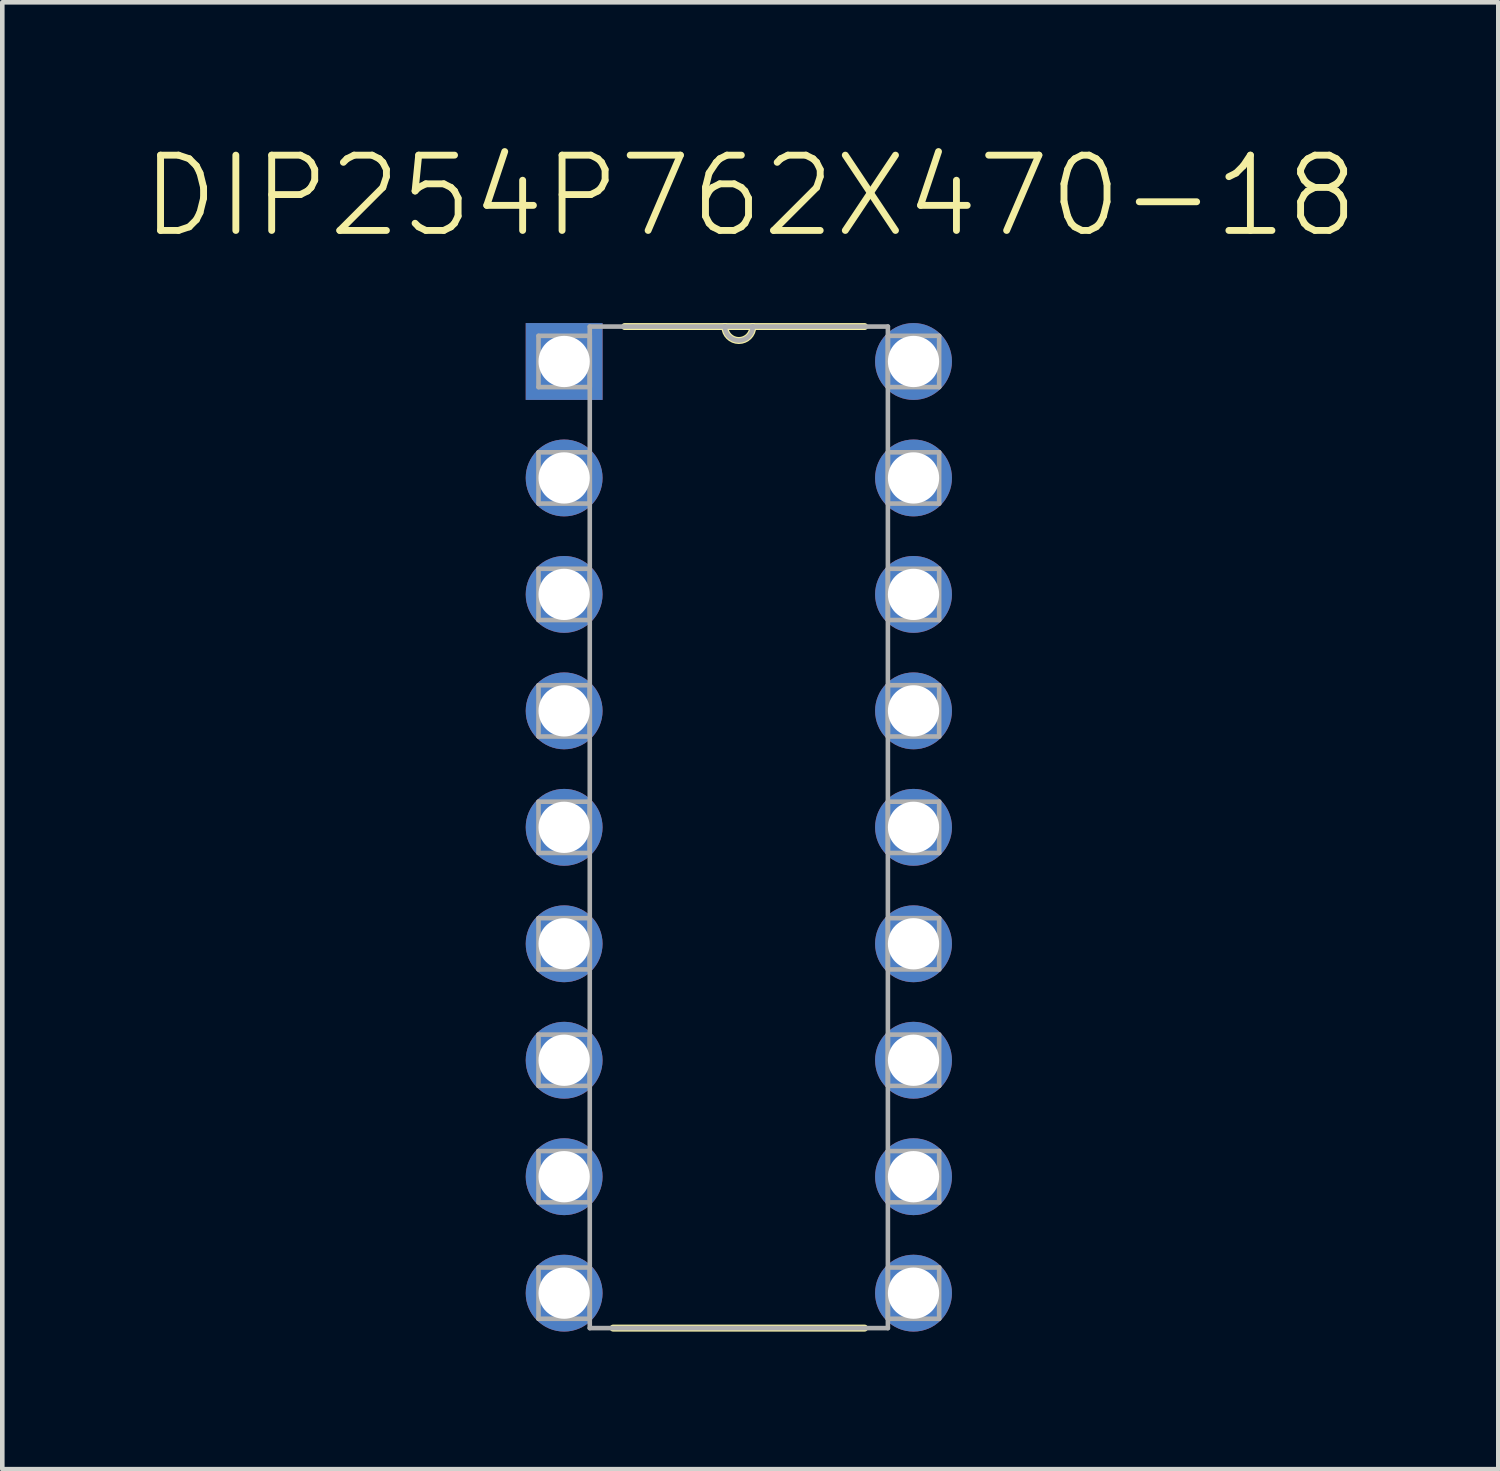
<source format=kicad_pcb>
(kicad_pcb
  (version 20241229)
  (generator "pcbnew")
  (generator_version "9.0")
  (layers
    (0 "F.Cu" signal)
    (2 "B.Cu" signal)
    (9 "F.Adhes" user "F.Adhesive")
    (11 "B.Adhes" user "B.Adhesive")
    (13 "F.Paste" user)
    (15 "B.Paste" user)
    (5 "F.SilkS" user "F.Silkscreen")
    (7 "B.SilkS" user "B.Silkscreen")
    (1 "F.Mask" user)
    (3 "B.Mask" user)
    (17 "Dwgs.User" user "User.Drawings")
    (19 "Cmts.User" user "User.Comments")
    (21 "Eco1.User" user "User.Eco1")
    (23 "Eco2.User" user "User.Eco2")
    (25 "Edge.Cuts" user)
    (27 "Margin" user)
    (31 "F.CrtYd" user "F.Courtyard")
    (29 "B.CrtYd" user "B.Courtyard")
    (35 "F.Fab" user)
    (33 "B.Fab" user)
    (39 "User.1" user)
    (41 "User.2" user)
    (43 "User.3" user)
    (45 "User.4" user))
  (footprint "DIP254P762X470-18"
    (layer "F.Cu")
    (at 16.874 25.154)
    (property "Reference" "DIP254P762X470-18" (at -3.56 -23.93 0) (layer "F.SilkS") (effects (font (size 1.642 1.642) (thickness 0.15))))
    (attr through_hole)
    (fp_line (start -6.553 0.762) (end -1.067 0.762) (stroke (width 0.152) (type solid)) (layer "F.SilkS"))
    (fp_line (start -4.115 -21.082) (end -6.299 -21.082) (stroke (width 0.152) (type solid)) (layer "F.SilkS"))
    (fp_line (start -3.505 -21.082) (end -4.115 -21.082) (stroke (width 0.152) (type solid)) (layer "F.SilkS"))
    (fp_line (start -1.067 -21.082) (end -3.505 -21.082) (stroke (width 0.152) (type solid)) (layer "F.SilkS"))
    (fp_arc (start -3.5052 -21.082) (mid -3.81 -20.7772) (end -4.1148 -21.082) (stroke (width 0.1524) (type solid)) (layer "F.SilkS"))
    (fp_line (start -8.179 -20.879) (end -8.179 -19.761) (stroke (width 0.1) (type solid)) (layer "F.Fab"))
    (fp_line (start -8.179 -19.761) (end -7.061 -19.761) (stroke (width 0.1) (type solid)) (layer "F.Fab"))
    (fp_line (start -8.179 -18.339) (end -8.179 -17.221) (stroke (width 0.1) (type solid)) (layer "F.Fab"))
    (fp_line (start -8.179 -17.221) (end -7.061 -17.221) (stroke (width 0.1) (type solid)) (layer "F.Fab"))
    (fp_line (start -8.179 -15.799) (end -8.179 -14.681) (stroke (width 0.1) (type solid)) (layer "F.Fab"))
    (fp_line (start -8.179 -14.681) (end -7.061 -14.681) (stroke (width 0.1) (type solid)) (layer "F.Fab"))
    (fp_line (start -8.179 -13.259) (end -8.179 -12.141) (stroke (width 0.1) (type solid)) (layer "F.Fab"))
    (fp_line (start -8.179 -12.141) (end -7.061 -12.141) (stroke (width 0.1) (type solid)) (layer "F.Fab"))
    (fp_line (start -8.179 -10.719) (end -8.179 -9.601) (stroke (width 0.1) (type solid)) (layer "F.Fab"))
    (fp_line (start -8.179 -9.601) (end -7.061 -9.601) (stroke (width 0.1) (type solid)) (layer "F.Fab"))
    (fp_line (start -8.179 -8.179) (end -8.179 -7.061) (stroke (width 0.1) (type solid)) (layer "F.Fab"))
    (fp_line (start -8.179 -7.061) (end -7.061 -7.061) (stroke (width 0.1) (type solid)) (layer "F.Fab"))
    (fp_line (start -8.179 -5.639) (end -8.179 -4.521) (stroke (width 0.1) (type solid)) (layer "F.Fab"))
    (fp_line (start -8.179 -4.521) (end -7.061 -4.521) (stroke (width 0.1) (type solid)) (layer "F.Fab"))
    (fp_line (start -8.179 -3.099) (end -8.179 -1.981) (stroke (width 0.1) (type solid)) (layer "F.Fab"))
    (fp_line (start -8.179 -1.981) (end -7.061 -1.981) (stroke (width 0.1) (type solid)) (layer "F.Fab"))
    (fp_line (start -8.179 -0.559) (end -8.179 0.559) (stroke (width 0.1) (type solid)) (layer "F.Fab"))
    (fp_line (start -8.179 0.559) (end -7.061 0.559) (stroke (width 0.1) (type solid)) (layer "F.Fab"))
    (fp_line (start -7.061 -21.082) (end -7.061 0.762) (stroke (width 0.1) (type solid)) (layer "F.Fab"))
    (fp_line (start -7.061 -20.879) (end -8.179 -20.879) (stroke (width 0.1) (type solid)) (layer "F.Fab"))
    (fp_line (start -7.061 -19.761) (end -7.061 -20.879) (stroke (width 0.1) (type solid)) (layer "F.Fab"))
    (fp_line (start -7.061 -18.339) (end -8.179 -18.339) (stroke (width 0.1) (type solid)) (layer "F.Fab"))
    (fp_line (start -7.061 -17.221) (end -7.061 -18.339) (stroke (width 0.1) (type solid)) (layer "F.Fab"))
    (fp_line (start -7.061 -15.799) (end -8.179 -15.799) (stroke (width 0.1) (type solid)) (layer "F.Fab"))
    (fp_line (start -7.061 -14.681) (end -7.061 -15.799) (stroke (width 0.1) (type solid)) (layer "F.Fab"))
    (fp_line (start -7.061 -13.259) (end -8.179 -13.259) (stroke (width 0.1) (type solid)) (layer "F.Fab"))
    (fp_line (start -7.061 -12.141) (end -7.061 -13.259) (stroke (width 0.1) (type solid)) (layer "F.Fab"))
    (fp_line (start -7.061 -10.719) (end -8.179 -10.719) (stroke (width 0.1) (type solid)) (layer "F.Fab"))
    (fp_line (start -7.061 -9.601) (end -7.061 -10.719) (stroke (width 0.1) (type solid)) (layer "F.Fab"))
    (fp_line (start -7.061 -8.179) (end -8.179 -8.179) (stroke (width 0.1) (type solid)) (layer "F.Fab"))
    (fp_line (start -7.061 -7.061) (end -7.061 -8.179) (stroke (width 0.1) (type solid)) (layer "F.Fab"))
    (fp_line (start -7.061 -5.639) (end -8.179 -5.639) (stroke (width 0.1) (type solid)) (layer "F.Fab"))
    (fp_line (start -7.061 -4.521) (end -7.061 -5.639) (stroke (width 0.1) (type solid)) (layer "F.Fab"))
    (fp_line (start -7.061 -3.099) (end -8.179 -3.099) (stroke (width 0.1) (type solid)) (layer "F.Fab"))
    (fp_line (start -7.061 -1.981) (end -7.061 -3.099) (stroke (width 0.1) (type solid)) (layer "F.Fab"))
    (fp_line (start -7.061 -0.559) (end -8.179 -0.559) (stroke (width 0.1) (type solid)) (layer "F.Fab"))
    (fp_line (start -7.061 0.559) (end -7.061 -0.559) (stroke (width 0.1) (type solid)) (layer "F.Fab"))
    (fp_line (start -7.061 0.762) (end -0.559 0.762) (stroke (width 0.1) (type solid)) (layer "F.Fab"))
    (fp_line (start -4.115 -21.082) (end -7.061 -21.082) (stroke (width 0.1) (type solid)) (layer "F.Fab"))
    (fp_line (start -3.505 -21.082) (end -4.115 -21.082) (stroke (width 0.1) (type solid)) (layer "F.Fab"))
    (fp_line (start -0.559 -21.082) (end -3.505 -21.082) (stroke (width 0.1) (type solid)) (layer "F.Fab"))
    (fp_line (start -0.559 -20.879) (end -0.559 -19.761) (stroke (width 0.1) (type solid)) (layer "F.Fab"))
    (fp_line (start -0.559 -19.761) (end 0.559 -19.761) (stroke (width 0.1) (type solid)) (layer "F.Fab"))
    (fp_line (start -0.559 -18.339) (end -0.559 -17.221) (stroke (width 0.1) (type solid)) (layer "F.Fab"))
    (fp_line (start -0.559 -17.221) (end 0.559 -17.221) (stroke (width 0.1) (type solid)) (layer "F.Fab"))
    (fp_line (start -0.559 -15.799) (end -0.559 -14.681) (stroke (width 0.1) (type solid)) (layer "F.Fab"))
    (fp_line (start -0.559 -14.681) (end 0.559 -14.681) (stroke (width 0.1) (type solid)) (layer "F.Fab"))
    (fp_line (start -0.559 -13.259) (end -0.559 -12.141) (stroke (width 0.1) (type solid)) (layer "F.Fab"))
    (fp_line (start -0.559 -12.141) (end 0.559 -12.141) (stroke (width 0.1) (type solid)) (layer "F.Fab"))
    (fp_line (start -0.559 -10.719) (end -0.559 -9.601) (stroke (width 0.1) (type solid)) (layer "F.Fab"))
    (fp_line (start -0.559 -9.601) (end 0.559 -9.601) (stroke (width 0.1) (type solid)) (layer "F.Fab"))
    (fp_line (start -0.559 -8.179) (end -0.559 -7.061) (stroke (width 0.1) (type solid)) (layer "F.Fab"))
    (fp_line (start -0.559 -7.061) (end 0.559 -7.061) (stroke (width 0.1) (type solid)) (layer "F.Fab"))
    (fp_line (start -0.559 -5.639) (end -0.559 -4.521) (stroke (width 0.1) (type solid)) (layer "F.Fab"))
    (fp_line (start -0.559 -4.521) (end 0.559 -4.521) (stroke (width 0.1) (type solid)) (layer "F.Fab"))
    (fp_line (start -0.559 -3.099) (end -0.559 -1.981) (stroke (width 0.1) (type solid)) (layer "F.Fab"))
    (fp_line (start -0.559 -1.981) (end 0.559 -1.981) (stroke (width 0.1) (type solid)) (layer "F.Fab"))
    (fp_line (start -0.559 -0.559) (end -0.559 0.559) (stroke (width 0.1) (type solid)) (layer "F.Fab"))
    (fp_line (start -0.559 0.559) (end 0.559 0.559) (stroke (width 0.1) (type solid)) (layer "F.Fab"))
    (fp_line (start -0.559 0.762) (end -0.559 -21.082) (stroke (width 0.1) (type solid)) (layer "F.Fab"))
    (fp_line (start 0.559 -20.879) (end -0.559 -20.879) (stroke (width 0.1) (type solid)) (layer "F.Fab"))
    (fp_line (start 0.559 -19.761) (end 0.559 -20.879) (stroke (width 0.1) (type solid)) (layer "F.Fab"))
    (fp_line (start 0.559 -18.339) (end -0.559 -18.339) (stroke (width 0.1) (type solid)) (layer "F.Fab"))
    (fp_line (start 0.559 -17.221) (end 0.559 -18.339) (stroke (width 0.1) (type solid)) (layer "F.Fab"))
    (fp_line (start 0.559 -15.799) (end -0.559 -15.799) (stroke (width 0.1) (type solid)) (layer "F.Fab"))
    (fp_line (start 0.559 -14.681) (end 0.559 -15.799) (stroke (width 0.1) (type solid)) (layer "F.Fab"))
    (fp_line (start 0.559 -13.259) (end -0.559 -13.259) (stroke (width 0.1) (type solid)) (layer "F.Fab"))
    (fp_line (start 0.559 -12.141) (end 0.559 -13.259) (stroke (width 0.1) (type solid)) (layer "F.Fab"))
    (fp_line (start 0.559 -10.719) (end -0.559 -10.719) (stroke (width 0.1) (type solid)) (layer "F.Fab"))
    (fp_line (start 0.559 -9.601) (end 0.559 -10.719) (stroke (width 0.1) (type solid)) (layer "F.Fab"))
    (fp_line (start 0.559 -8.179) (end -0.559 -8.179) (stroke (width 0.1) (type solid)) (layer "F.Fab"))
    (fp_line (start 0.559 -7.061) (end 0.559 -8.179) (stroke (width 0.1) (type solid)) (layer "F.Fab"))
    (fp_line (start 0.559 -5.639) (end -0.559 -5.639) (stroke (width 0.1) (type solid)) (layer "F.Fab"))
    (fp_line (start 0.559 -4.521) (end 0.559 -5.639) (stroke (width 0.1) (type solid)) (layer "F.Fab"))
    (fp_line (start 0.559 -3.099) (end -0.559 -3.099) (stroke (width 0.1) (type solid)) (layer "F.Fab"))
    (fp_line (start 0.559 -1.981) (end 0.559 -3.099) (stroke (width 0.1) (type solid)) (layer "F.Fab"))
    (fp_line (start 0.559 -0.559) (end -0.559 -0.559) (stroke (width 0.1) (type solid)) (layer "F.Fab"))
    (fp_line (start 0.559 0.559) (end 0.559 -0.559) (stroke (width 0.1) (type solid)) (layer "F.Fab"))
    (fp_arc (start -3.5052 -21.082) (mid -3.81 -20.7772) (end -4.1148 -21.082) (stroke (width 0.1) (type solid)) (layer "F.Fab"))
    (pad "1" thru_hole rect (at -7.62 -20.32) (size 1.676 1.676) (drill 1.118) (layers "*.Cu" "*.Mask"))
    (pad "2" thru_hole circle (at -7.62 -17.78) (size 1.676 1.676) (drill 1.118) (layers "*.Cu" "*.Mask"))
    (pad "3" thru_hole circle (at -7.62 -15.24) (size 1.676 1.676) (drill 1.118) (layers "*.Cu" "*.Mask"))
    (pad "4" thru_hole circle (at -7.62 -12.7) (size 1.676 1.676) (drill 1.118) (layers "*.Cu" "*.Mask"))
    (pad "5" thru_hole circle (at -7.62 -10.16) (size 1.676 1.676) (drill 1.118) (layers "*.Cu" "*.Mask"))
    (pad "6" thru_hole circle (at -7.62 -7.62) (size 1.676 1.676) (drill 1.118) (layers "*.Cu" "*.Mask"))
    (pad "7" thru_hole circle (at -7.62 -5.08) (size 1.676 1.676) (drill 1.118) (layers "*.Cu" "*.Mask"))
    (pad "8" thru_hole circle (at -7.62 -2.54) (size 1.676 1.676) (drill 1.118) (layers "*.Cu" "*.Mask"))
    (pad "9" thru_hole circle (at -7.62 0) (size 1.676 1.676) (drill 1.118) (layers "*.Cu" "*.Mask"))
    (pad "10" thru_hole circle (at 0 0) (size 1.676 1.676) (drill 1.118) (layers "*.Cu" "*.Mask"))
    (pad "11" thru_hole circle (at 0 -2.54) (size 1.676 1.676) (drill 1.118) (layers "*.Cu" "*.Mask"))
    (pad "12" thru_hole circle (at 0 -5.08) (size 1.676 1.676) (drill 1.118) (layers "*.Cu" "*.Mask"))
    (pad "13" thru_hole circle (at 0 -7.62) (size 1.676 1.676) (drill 1.118) (layers "*.Cu" "*.Mask"))
    (pad "14" thru_hole circle (at 0 -10.16) (size 1.676 1.676) (drill 1.118) (layers "*.Cu" "*.Mask"))
    (pad "15" thru_hole circle (at 0 -12.7) (size 1.676 1.676) (drill 1.118) (layers "*.Cu" "*.Mask"))
    (pad "16" thru_hole circle (at 0 -15.24) (size 1.676 1.676) (drill 1.118) (layers "*.Cu" "*.Mask"))
    (pad "17" thru_hole circle (at 0 -17.78) (size 1.676 1.676) (drill 1.118) (layers "*.Cu" "*.Mask"))
    (pad "18" thru_hole circle (at 0 -20.32) (size 1.676 1.676) (drill 1.118) (layers "*.Cu" "*.Mask")))
  (gr_rect
    (start -3 -3)
    (end 29.628 28.992)
    (stroke (width 0.1) (type default))
    (fill no)
    (layer "Edge.Cuts")))
</source>
